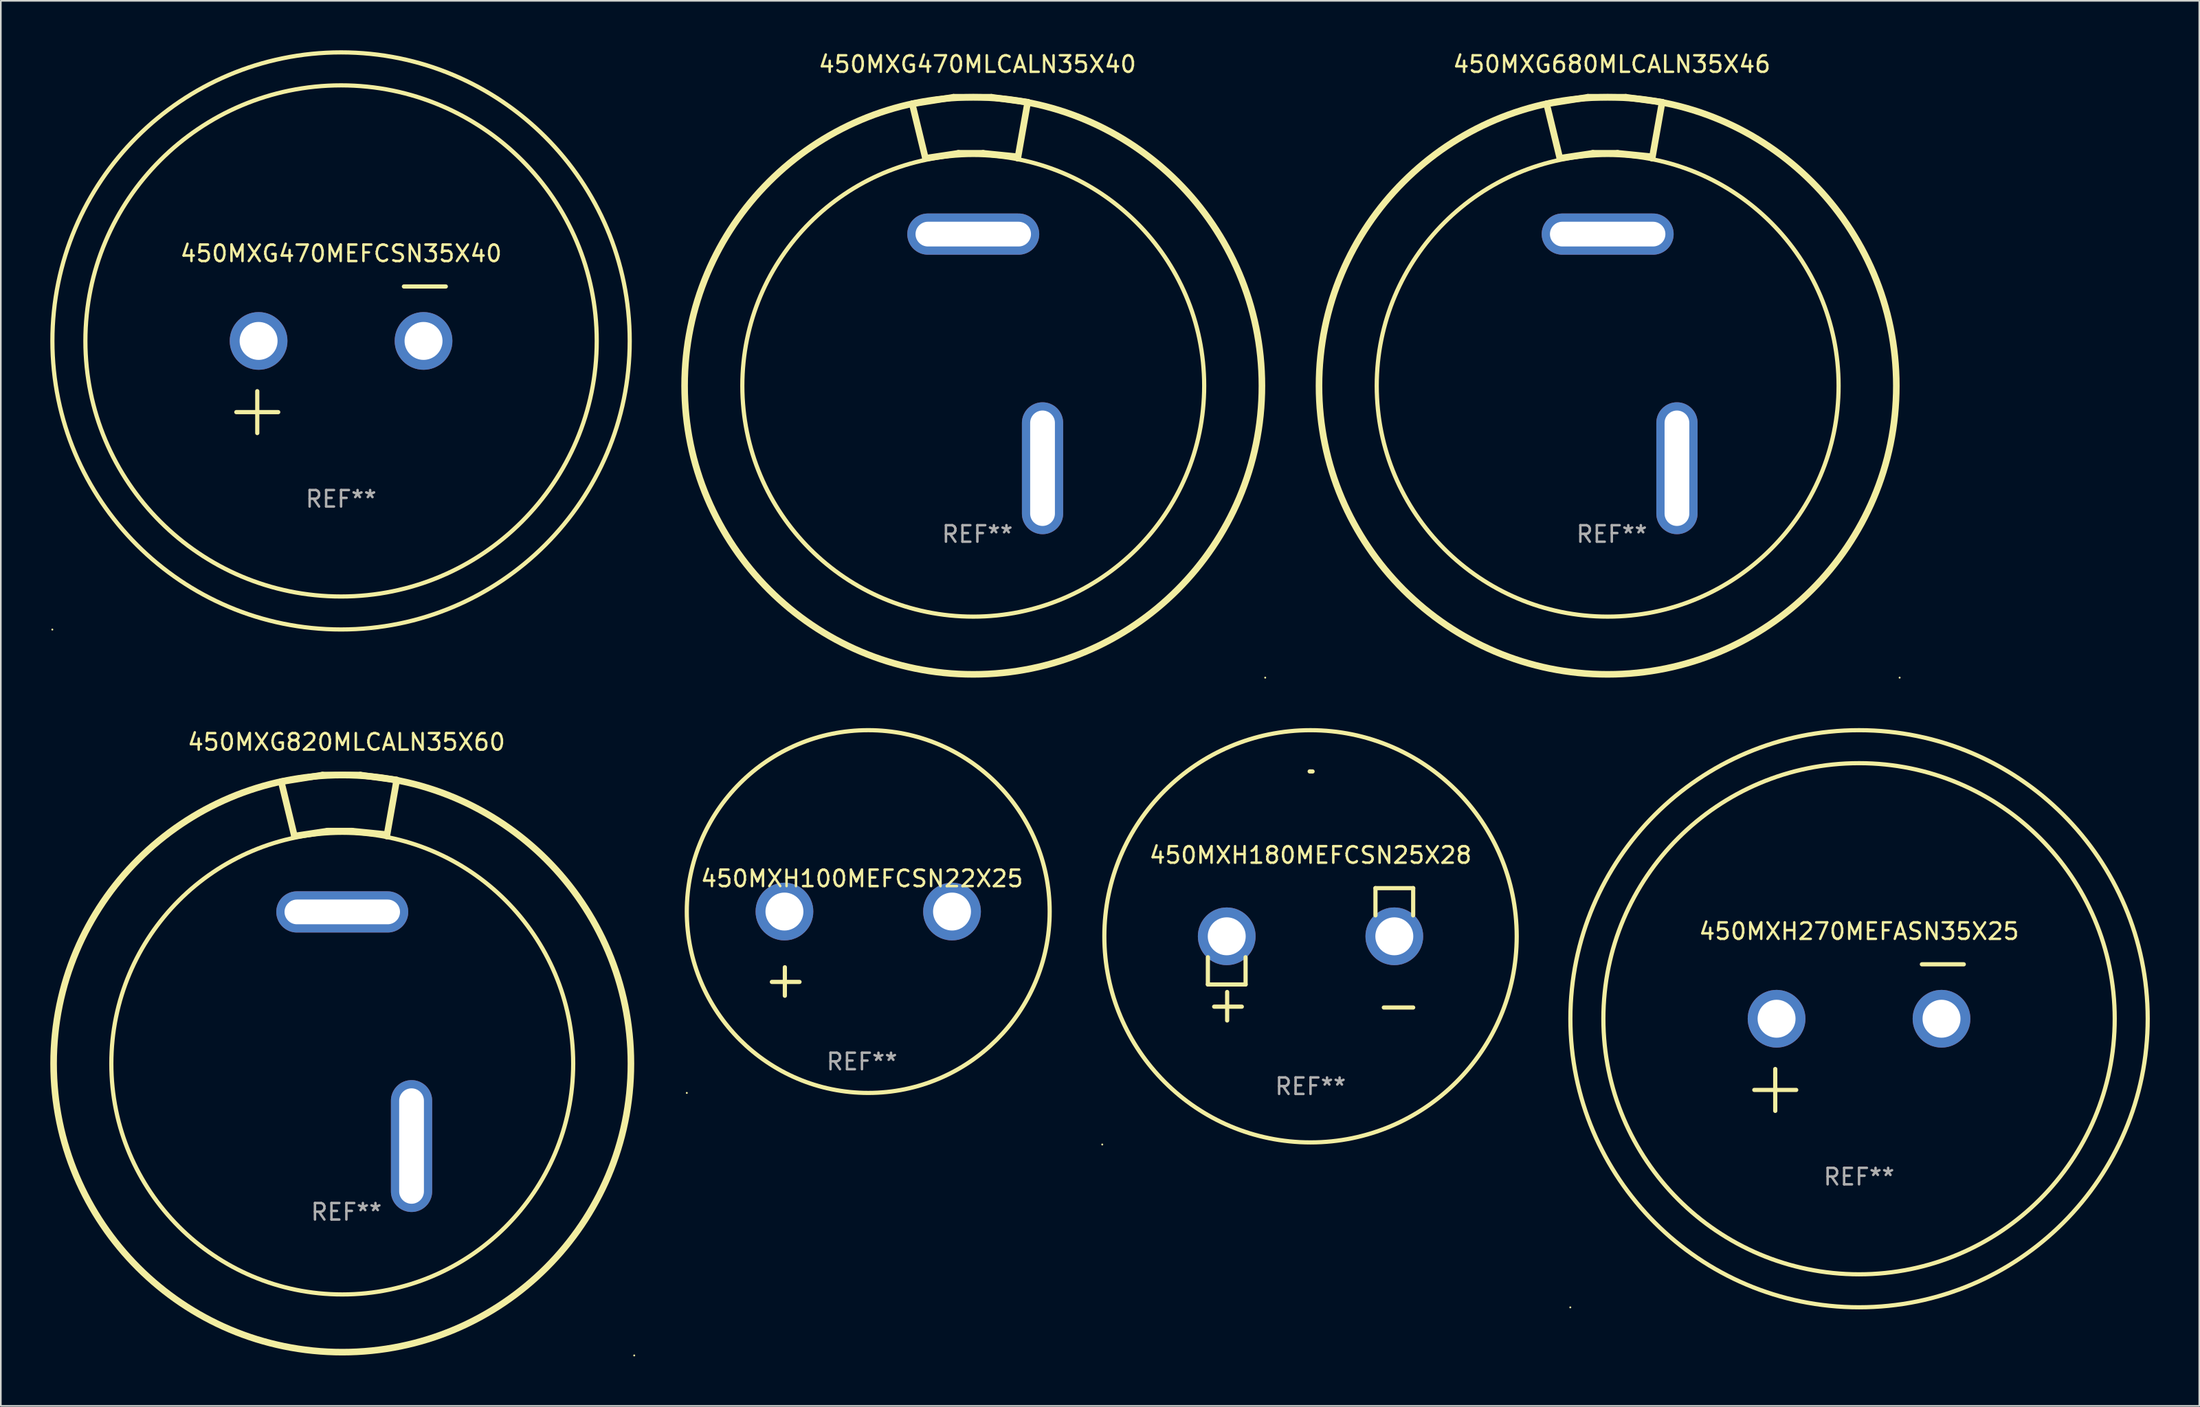
<source format=kicad_pcb>
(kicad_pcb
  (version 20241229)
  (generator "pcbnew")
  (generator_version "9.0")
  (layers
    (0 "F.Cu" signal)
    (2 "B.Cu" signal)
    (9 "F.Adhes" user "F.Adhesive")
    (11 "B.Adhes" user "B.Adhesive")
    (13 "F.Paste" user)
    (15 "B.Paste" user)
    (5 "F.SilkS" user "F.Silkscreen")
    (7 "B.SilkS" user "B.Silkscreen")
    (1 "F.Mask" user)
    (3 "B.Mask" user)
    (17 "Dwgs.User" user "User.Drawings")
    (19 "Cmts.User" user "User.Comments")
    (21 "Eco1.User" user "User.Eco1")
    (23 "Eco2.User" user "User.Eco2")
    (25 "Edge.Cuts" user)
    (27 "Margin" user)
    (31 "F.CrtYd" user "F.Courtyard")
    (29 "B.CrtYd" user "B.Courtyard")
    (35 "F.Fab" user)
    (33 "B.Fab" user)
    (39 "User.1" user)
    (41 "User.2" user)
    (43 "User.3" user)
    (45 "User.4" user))
  (footprint "450MXG470MEFCSN35X40"
    (layer "F.Cu")
    (at 17.627 18.77)
    (property "Reference" "450MXG470MEFCSN35X40" (at 0 -6.445 0) (layer "F.SilkS") (effects (font (size 1 1) (thickness 0.15))))
    (attr through_hole)
    (fp_line (start -6.35 3.175) (end -3.81 3.175) (stroke (width 0.254) (type solid)) (layer "F.SilkS"))
    (fp_line (start -5.08 1.905) (end -5.08 4.445) (stroke (width 0.254) (type solid)) (layer "F.SilkS"))
    (fp_line (start 3.81 -4.445) (end 6.35 -4.445) (stroke (width 0.254) (type solid)) (layer "F.SilkS"))
    (fp_circle (center -17.505 16.362) (end -17.475 16.362) (stroke (width 0.06) (type solid)) (fill no) (layer "F.SilkS"))
    (fp_circle (center 0 -1.143) (end 15.5 -1.143) (stroke (width 0.254) (type solid)) (fill no) (layer "F.SilkS"))
    (fp_circle (center 0 -1.143) (end 17.5 -1.143) (stroke (width 0.254) (type solid)) (fill no) (layer "F.SilkS"))
    (fp_text user "REF**" (at 0 8.445 0) (layer "F.Fab") (effects (font (size 1 1) (thickness 0.15))))
    (pad "1" thru_hole circle (at -5 -1.143) (size 3.5 3.5) (drill 2.3) (layers "*.Cu" "*.Mask"))
    (pad "2" thru_hole circle (at 5 -1.143) (size 3.5 3.5) (drill 2.3) (layers "*.Cu" "*.Mask")))
  (footprint "450MXG820MLCALN35X60"
    (layer "F.Cu")
    (at 17.95 55.207)
    (property "Reference" "450MXG820MLCALN35X60" (at 0 -13.25 0) (layer "F.SilkS") (effects (font (size 1 1) (thickness 0.15))))
    (attr through_hole)
    (fp_line (start -3.95 -10.85) (end -3.15 -7.55) (stroke (width 0.4) (type solid)) (layer "F.SilkS"))
    (fp_line (start -3.15 -7.55) (end -1.15 -7.85) (stroke (width 0.4) (type solid)) (layer "F.SilkS"))
    (fp_line (start -1.45 -11.25) (end -3.95 -10.85) (stroke (width 0.4) (type solid)) (layer "F.SilkS"))
    (fp_line (start -1.15 -7.85) (end 0.35 -7.85) (stroke (width 0.4) (type solid)) (layer "F.SilkS"))
    (fp_line (start 0.35 -7.85) (end 2.35 -7.65) (stroke (width 0.4) (type solid)) (layer "F.SilkS"))
    (fp_line (start 0.85 -11.25) (end -1.45 -11.25) (stroke (width 0.4) (type solid)) (layer "F.SilkS"))
    (fp_line (start 2.45 -7.55) (end 3.05 -10.95) (stroke (width 0.4) (type solid)) (layer "F.SilkS"))
    (fp_line (start 3.05 -10.95) (end 0.85 -11.25) (stroke (width 0.4) (type solid)) (layer "F.SilkS"))
    (fp_circle (center -0.25 6.25) (end 13.75 6.25) (stroke (width 0.254) (type solid)) (fill no) (layer "F.SilkS"))
    (fp_circle (center -0.25 6.25) (end 17.25 6.25) (stroke (width 0.4) (type solid)) (fill no) (layer "F.SilkS"))
    (fp_circle (center 17.45 23.95) (end 17.48 23.95) (stroke (width 0.06) (type solid)) (fill no) (layer "F.SilkS"))
    (fp_text user "REF**" (at 0 15.25 0) (layer "F.Fab") (effects (font (size 1 1) (thickness 0.15))))
    (pad "1" thru_hole oval (at 3.95 11.25 180) (size 2.5 8) (drill oval 1.5 7) (layers "*.Cu" "*.Mask"))
    (pad "2" thru_hole oval (at -0.25 -2.95 270) (size 2.5 8) (drill oval 1.5 7) (layers "*.Cu" "*.Mask")))
  (footprint "450MXH180MEFCSN25X28"
    (layer "F.Cu")
    (at 76.401 54.828)
    (property "Reference" "450MXH180MEFCSN25X28" (at 0 -6.013 0) (layer "F.SilkS") (effects (font (size 1 1) (thickness 0.15))))
    (attr through_hole)
    (fp_line (start -6.223 0.178) (end -6.223 1.829) (stroke (width 0.254) (type solid)) (layer "F.SilkS"))
    (fp_line (start -6.223 1.829) (end -3.937 1.829) (stroke (width 0.254) (type solid)) (layer "F.SilkS"))
    (fp_line (start -5.055 4.013) (end -5.055 2.286) (stroke (width 0.254) (type solid)) (layer "F.SilkS"))
    (fp_line (start -4.166 3.175) (end -5.842 3.175) (stroke (width 0.254) (type solid)) (layer "F.SilkS"))
    (fp_line (start -3.937 1.829) (end -3.937 0.178) (stroke (width 0.254) (type solid)) (layer "F.SilkS"))
    (fp_line (start 3.937 -4.013) (end 3.937 -2.362) (stroke (width 0.254) (type solid)) (layer "F.SilkS"))
    (fp_line (start 6.223 -4.013) (end 3.937 -4.013) (stroke (width 0.254) (type solid)) (layer "F.SilkS"))
    (fp_line (start 6.223 -2.362) (end 6.223 -4.013) (stroke (width 0.254) (type solid)) (layer "F.SilkS"))
    (fp_line (start 6.223 3.226) (end 4.445 3.226) (stroke (width 0.254) (type solid)) (layer "F.SilkS"))
    (fp_arc (start -0.0508 -11.092202) (mid 0.036835 -11.091307) (end 0.12446 -11.089662) (stroke (width 0.254001) (type solid)) (layer "F.SilkS"))
    (fp_circle (center -12.627 11.535) (end -12.597 11.535) (stroke (width 0.06) (type solid)) (fill no) (layer "F.SilkS"))
    (fp_circle (center 0 -1.092) (end 12.5 -1.092) (stroke (width 0.254) (type solid)) (fill no) (layer "F.SilkS"))
    (fp_text user "REF**" (at 0 8.013 0) (layer "F.Fab") (effects (font (size 1 1) (thickness 0.15))))
    (pad "1" thru_hole circle (at -5.08 -1.092) (size 3.5 3.5) (drill 2.3) (layers "*.Cu" "*.Mask"))
    (pad "2" thru_hole circle (at 5.08 -1.092) (size 3.5 3.5) (drill 2.3) (layers "*.Cu" "*.Mask")))
  (footprint "450MXG680MLCALN35X46"
    (layer "F.Cu")
    (at 94.665 14.098)
    (property "Reference" "450MXG680MLCALN35X46" (at 0 -13.25 0) (layer "F.SilkS") (effects (font (size 1 1) (thickness 0.15))))
    (attr through_hole)
    (fp_line (start -3.95 -10.85) (end -3.15 -7.55) (stroke (width 0.4) (type solid)) (layer "F.SilkS"))
    (fp_line (start -3.15 -7.55) (end -1.15 -7.85) (stroke (width 0.4) (type solid)) (layer "F.SilkS"))
    (fp_line (start -1.45 -11.25) (end -3.95 -10.85) (stroke (width 0.4) (type solid)) (layer "F.SilkS"))
    (fp_line (start -1.15 -7.85) (end 0.35 -7.85) (stroke (width 0.4) (type solid)) (layer "F.SilkS"))
    (fp_line (start 0.35 -7.85) (end 2.35 -7.65) (stroke (width 0.4) (type solid)) (layer "F.SilkS"))
    (fp_line (start 0.85 -11.25) (end -1.45 -11.25) (stroke (width 0.4) (type solid)) (layer "F.SilkS"))
    (fp_line (start 2.45 -7.55) (end 3.05 -10.95) (stroke (width 0.4) (type solid)) (layer "F.SilkS"))
    (fp_line (start 3.05 -10.95) (end 0.85 -11.25) (stroke (width 0.4) (type solid)) (layer "F.SilkS"))
    (fp_circle (center -0.25 6.25) (end 13.75 6.25) (stroke (width 0.254) (type solid)) (fill no) (layer "F.SilkS"))
    (fp_circle (center -0.25 6.25) (end 17.25 6.25) (stroke (width 0.4) (type solid)) (fill no) (layer "F.SilkS"))
    (fp_circle (center 17.45 23.95) (end 17.48 23.95) (stroke (width 0.06) (type solid)) (fill no) (layer "F.SilkS"))
    (fp_text user "REF**" (at 0 15.25 0) (layer "F.Fab") (effects (font (size 1 1) (thickness 0.15))))
    (pad "1" thru_hole oval (at 3.95 11.25 180) (size 2.5 8) (drill oval 1.5 7) (layers "*.Cu" "*.Mask"))
    (pad "2" thru_hole oval (at -0.25 -2.95 270) (size 2.5 8) (drill oval 1.5 7) (layers "*.Cu" "*.Mask")))
  (footprint "450MXG470MLCALN35X40"
    (layer "F.Cu")
    (at 56.204 14.098)
    (property "Reference" "450MXG470MLCALN35X40" (at 0 -13.25 0) (layer "F.SilkS") (effects (font (size 1 1) (thickness 0.15))))
    (attr through_hole)
    (fp_line (start -3.95 -10.85) (end -3.15 -7.55) (stroke (width 0.4) (type solid)) (layer "F.SilkS"))
    (fp_line (start -3.15 -7.55) (end -1.15 -7.85) (stroke (width 0.4) (type solid)) (layer "F.SilkS"))
    (fp_line (start -1.45 -11.25) (end -3.95 -10.85) (stroke (width 0.4) (type solid)) (layer "F.SilkS"))
    (fp_line (start -1.15 -7.85) (end 0.35 -7.85) (stroke (width 0.4) (type solid)) (layer "F.SilkS"))
    (fp_line (start 0.35 -7.85) (end 2.35 -7.65) (stroke (width 0.4) (type solid)) (layer "F.SilkS"))
    (fp_line (start 0.85 -11.25) (end -1.45 -11.25) (stroke (width 0.4) (type solid)) (layer "F.SilkS"))
    (fp_line (start 2.45 -7.55) (end 3.05 -10.95) (stroke (width 0.4) (type solid)) (layer "F.SilkS"))
    (fp_line (start 3.05 -10.95) (end 0.85 -11.25) (stroke (width 0.4) (type solid)) (layer "F.SilkS"))
    (fp_circle (center -0.25 6.25) (end 13.75 6.25) (stroke (width 0.254) (type solid)) (fill no) (layer "F.SilkS"))
    (fp_circle (center -0.25 6.25) (end 17.25 6.25) (stroke (width 0.4) (type solid)) (fill no) (layer "F.SilkS"))
    (fp_circle (center 17.45 23.95) (end 17.48 23.95) (stroke (width 0.06) (type solid)) (fill no) (layer "F.SilkS"))
    (fp_text user "REF**" (at 0 15.25 0) (layer "F.Fab") (effects (font (size 1 1) (thickness 0.15))))
    (pad "1" thru_hole oval (at 3.95 11.25 180) (size 2.5 8) (drill oval 1.5 7) (layers "*.Cu" "*.Mask"))
    (pad "2" thru_hole oval (at -0.25 -2.95 270) (size 2.5 8) (drill oval 1.5 7) (layers "*.Cu" "*.Mask")))
  (footprint "450MXH270MEFASN35X25"
    (layer "F.Cu")
    (at 109.655 59.879)
    (property "Reference" "450MXH270MEFASN35X25" (at 0 -6.445 0) (layer "F.SilkS") (effects (font (size 1 1) (thickness 0.15))))
    (attr through_hole)
    (fp_line (start -6.35 3.175) (end -3.81 3.175) (stroke (width 0.254) (type solid)) (layer "F.SilkS"))
    (fp_line (start -5.08 1.905) (end -5.08 4.445) (stroke (width 0.254) (type solid)) (layer "F.SilkS"))
    (fp_line (start 3.81 -4.445) (end 6.35 -4.445) (stroke (width 0.254) (type solid)) (layer "F.SilkS"))
    (fp_circle (center -17.505 16.362) (end -17.475 16.362) (stroke (width 0.06) (type solid)) (fill no) (layer "F.SilkS"))
    (fp_circle (center 0 -1.143) (end 15.5 -1.143) (stroke (width 0.254) (type solid)) (fill no) (layer "F.SilkS"))
    (fp_circle (center 0 -1.143) (end 17.5 -1.143) (stroke (width 0.254) (type solid)) (fill no) (layer "F.SilkS"))
    (fp_text user "REF**" (at 0 8.445 0) (layer "F.Fab") (effects (font (size 1 1) (thickness 0.15))))
    (pad "1" thru_hole circle (at -5 -1.143) (size 3.5 3.5) (drill 2.3) (layers "*.Cu" "*.Mask"))
    (pad "2" thru_hole circle (at 5 -1.143) (size 3.5 3.5) (drill 2.3) (layers "*.Cu" "*.Mask")))
  (footprint "450MXH100MEFCSN22X25"
    (layer "F.Cu")
    (at 49.206 54.788)
    (property "Reference" "450MXH100MEFCSN22X25" (at 0 -4.553 0) (layer "F.SilkS") (effects (font (size 1 1) (thickness 0.15))))
    (attr through_hole)
    (fp_line (start -4.674 2.553) (end -4.674 0.826) (stroke (width 0.254) (type solid)) (layer "F.SilkS"))
    (fp_line (start -3.785 1.715) (end -5.461 1.715) (stroke (width 0.254) (type solid)) (layer "F.SilkS"))
    (fp_circle (center -10.619 8.447) (end -10.589 8.447) (stroke (width 0.06) (type solid)) (fill no) (layer "F.SilkS"))
    (fp_circle (center 0.381 -2.553) (end 11.381 -2.553) (stroke (width 0.254) (type solid)) (fill no) (layer "F.SilkS"))
    (fp_text user "REF**" (at 0 6.553 0) (layer "F.Fab") (effects (font (size 1 1) (thickness 0.15))))
    (pad "1" thru_hole circle (at -4.699 -2.553) (size 3.5 3.5) (drill 2.3) (layers "*.Cu" "*.Mask"))
    (pad "2" thru_hole circle (at 5.461 -2.553) (size 3.5 3.5) (drill 2.3) (layers "*.Cu" "*.Mask")))
  (gr_rect
    (start -3 -3)
    (end 130.282 82.217)
    (stroke (width 0.1) (type default))
    (fill no)
    (layer "Edge.Cuts")))
</source>
